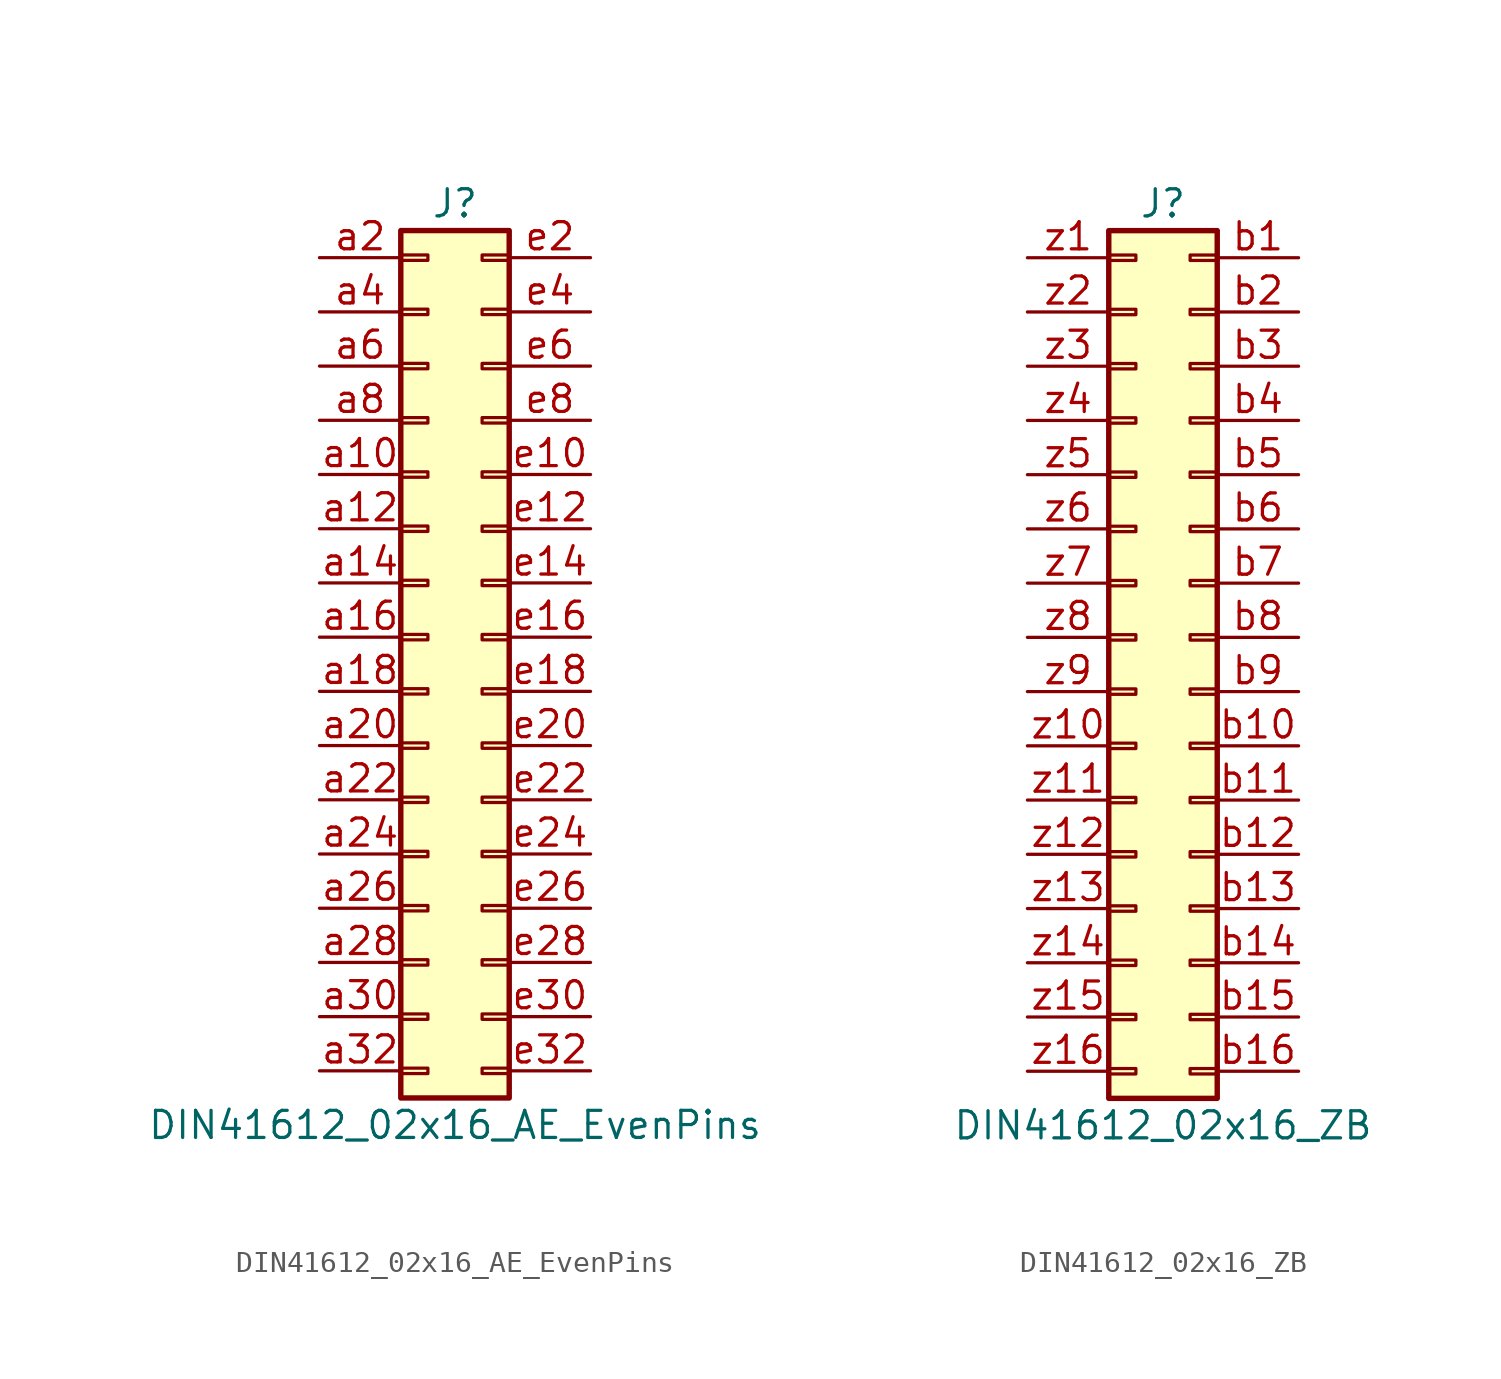
<source format=kicad_sym>
(kicad_symbol_lib
  (version 20241209)
  (generator "kicad_symbol_editor")
  (generator_version "9.0")
  (symbol "DIN41612_02x16_AE_EvenPins"
    (pin_names
      (offset 1.016)
      (hide yes))
    (property "Reference" "J"
      (at 1.27 20.32 0)
      (effects (font (size 1.27 1.27))))
    (property "Value" "DIN41612_02x16_AE_EvenPins"
      (at 1.27 -22.86 0)
      (effects (font (size 1.27 1.27))))
    (symbol "DIN41612_02x16_AE_EvenPins_1_1"
      (rectangle (start -1.27 19.05) (end 3.81 -21.59) (stroke (width 0.254) (type default)) (fill (type background)))
      (rectangle (start -1.27 17.907) (end 0 17.653) (stroke (width 0.152) (type default)) (fill (type none)))
      (rectangle (start -1.27 15.367) (end 0 15.113) (stroke (width 0.152) (type default)) (fill (type none)))
      (rectangle (start -1.27 12.827) (end 0 12.573) (stroke (width 0.152) (type default)) (fill (type none)))
      (rectangle (start -1.27 10.287) (end 0 10.033) (stroke (width 0.152) (type default)) (fill (type none)))
      (rectangle (start -1.27 7.747) (end 0 7.493) (stroke (width 0.152) (type default)) (fill (type none)))
      (rectangle (start -1.27 5.207) (end 0 4.953) (stroke (width 0.152) (type default)) (fill (type none)))
      (rectangle (start -1.27 2.667) (end 0 2.413) (stroke (width 0.152) (type default)) (fill (type none)))
      (rectangle (start -1.27 0.127) (end 0 -0.127) (stroke (width 0.152) (type default)) (fill (type none)))
      (rectangle (start -1.27 -2.413) (end 0 -2.667) (stroke (width 0.152) (type default)) (fill (type none)))
      (rectangle (start -1.27 -4.953) (end 0 -5.207) (stroke (width 0.152) (type default)) (fill (type none)))
      (rectangle (start -1.27 -7.493) (end 0 -7.747) (stroke (width 0.152) (type default)) (fill (type none)))
      (rectangle (start -1.27 -10.033) (end 0 -10.287) (stroke (width 0.152) (type default)) (fill (type none)))
      (rectangle (start -1.27 -12.573) (end 0 -12.827) (stroke (width 0.152) (type default)) (fill (type none)))
      (rectangle (start -1.27 -15.113) (end 0 -15.367) (stroke (width 0.152) (type default)) (fill (type none)))
      (rectangle (start -1.27 -17.653) (end 0 -17.907) (stroke (width 0.152) (type default)) (fill (type none)))
      (rectangle (start -1.27 -20.193) (end 0 -20.447) (stroke (width 0.152) (type default)) (fill (type none)))
      (rectangle (start 3.81 17.907) (end 2.54 17.653) (stroke (width 0.152) (type default)) (fill (type none)))
      (rectangle (start 3.81 15.367) (end 2.54 15.113) (stroke (width 0.152) (type default)) (fill (type none)))
      (rectangle (start 3.81 12.827) (end 2.54 12.573) (stroke (width 0.152) (type default)) (fill (type none)))
      (rectangle (start 3.81 10.287) (end 2.54 10.033) (stroke (width 0.152) (type default)) (fill (type none)))
      (rectangle (start 3.81 7.747) (end 2.54 7.493) (stroke (width 0.152) (type default)) (fill (type none)))
      (rectangle (start 3.81 5.207) (end 2.54 4.953) (stroke (width 0.152) (type default)) (fill (type none)))
      (rectangle (start 3.81 2.667) (end 2.54 2.413) (stroke (width 0.152) (type default)) (fill (type none)))
      (rectangle (start 3.81 0.127) (end 2.54 -0.127) (stroke (width 0.152) (type default)) (fill (type none)))
      (rectangle (start 3.81 -2.413) (end 2.54 -2.667) (stroke (width 0.152) (type default)) (fill (type none)))
      (rectangle (start 3.81 -4.953) (end 2.54 -5.207) (stroke (width 0.152) (type default)) (fill (type none)))
      (rectangle (start 3.81 -7.493) (end 2.54 -7.747) (stroke (width 0.152) (type default)) (fill (type none)))
      (rectangle (start 3.81 -10.033) (end 2.54 -10.287) (stroke (width 0.152) (type default)) (fill (type none)))
      (rectangle (start 3.81 -12.573) (end 2.54 -12.827) (stroke (width 0.152) (type default)) (fill (type none)))
      (rectangle (start 3.81 -15.113) (end 2.54 -15.367) (stroke (width 0.152) (type default)) (fill (type none)))
      (rectangle (start 3.81 -17.653) (end 2.54 -17.907) (stroke (width 0.152) (type default)) (fill (type none)))
      (rectangle (start 3.81 -20.193) (end 2.54 -20.447) (stroke (width 0.152) (type default)) (fill (type none)))
      (pin passive line (at -5.08 17.78 0) (length 3.81) (name "Pin_a2" (effects (font (size 1.27 1.27)))) (number "a2" (effects (font (size 1.27 1.27)))))
      (pin passive line (at -5.08 15.24 0) (length 3.81) (name "Pin_a4" (effects (font (size 1.27 1.27)))) (number "a4" (effects (font (size 1.27 1.27)))))
      (pin passive line (at -5.08 12.7 0) (length 3.81) (name "Pin_a6" (effects (font (size 1.27 1.27)))) (number "a6" (effects (font (size 1.27 1.27)))))
      (pin passive line (at -5.08 10.16 0) (length 3.81) (name "Pin_a8" (effects (font (size 1.27 1.27)))) (number "a8" (effects (font (size 1.27 1.27)))))
      (pin passive line (at -5.08 7.62 0) (length 3.81) (name "Pin_a10" (effects (font (size 1.27 1.27)))) (number "a10" (effects (font (size 1.27 1.27)))))
      (pin passive line (at -5.08 5.08 0) (length 3.81) (name "Pin_a12" (effects (font (size 1.27 1.27)))) (number "a12" (effects (font (size 1.27 1.27)))))
      (pin passive line (at -5.08 2.54 0) (length 3.81) (name "Pin_a14" (effects (font (size 1.27 1.27)))) (number "a14" (effects (font (size 1.27 1.27)))))
      (pin passive line (at -5.08 0 0) (length 3.81) (name "Pin_a16" (effects (font (size 1.27 1.27)))) (number "a16" (effects (font (size 1.27 1.27)))))
      (pin passive line (at -5.08 -2.54 0) (length 3.81) (name "Pin_a18" (effects (font (size 1.27 1.27)))) (number "a18" (effects (font (size 1.27 1.27)))))
      (pin passive line (at -5.08 -5.08 0) (length 3.81) (name "Pin_a20" (effects (font (size 1.27 1.27)))) (number "a20" (effects (font (size 1.27 1.27)))))
      (pin passive line (at -5.08 -7.62 0) (length 3.81) (name "Pin_a22" (effects (font (size 1.27 1.27)))) (number "a22" (effects (font (size 1.27 1.27)))))
      (pin passive line (at -5.08 -10.16 0) (length 3.81) (name "Pin_a24" (effects (font (size 1.27 1.27)))) (number "a24" (effects (font (size 1.27 1.27)))))
      (pin passive line (at -5.08 -12.7 0) (length 3.81) (name "Pin_a26" (effects (font (size 1.27 1.27)))) (number "a26" (effects (font (size 1.27 1.27)))))
      (pin passive line (at -5.08 -15.24 0) (length 3.81) (name "Pin_a28" (effects (font (size 1.27 1.27)))) (number "a28" (effects (font (size 1.27 1.27)))))
      (pin passive line (at -5.08 -17.78 0) (length 3.81) (name "Pin_a30" (effects (font (size 1.27 1.27)))) (number "a30" (effects (font (size 1.27 1.27)))))
      (pin passive line (at -5.08 -20.32 0) (length 3.81) (name "Pin_a32" (effects (font (size 1.27 1.27)))) (number "a32" (effects (font (size 1.27 1.27)))))
      (pin passive line (at 7.62 17.78 180) (length 3.81) (name "Pin_e2" (effects (font (size 1.27 1.27)))) (number "e2" (effects (font (size 1.27 1.27)))))
      (pin passive line (at 7.62 15.24 180) (length 3.81) (name "Pin_e4" (effects (font (size 1.27 1.27)))) (number "e4" (effects (font (size 1.27 1.27)))))
      (pin passive line (at 7.62 12.7 180) (length 3.81) (name "Pin_e6" (effects (font (size 1.27 1.27)))) (number "e6" (effects (font (size 1.27 1.27)))))
      (pin passive line (at 7.62 10.16 180) (length 3.81) (name "Pin_e8" (effects (font (size 1.27 1.27)))) (number "e8" (effects (font (size 1.27 1.27)))))
      (pin passive line (at 7.62 7.62 180) (length 3.81) (name "Pin_e10" (effects (font (size 1.27 1.27)))) (number "e10" (effects (font (size 1.27 1.27)))))
      (pin passive line (at 7.62 5.08 180) (length 3.81) (name "Pin_e12" (effects (font (size 1.27 1.27)))) (number "e12" (effects (font (size 1.27 1.27)))))
      (pin passive line (at 7.62 2.54 180) (length 3.81) (name "Pin_e14" (effects (font (size 1.27 1.27)))) (number "e14" (effects (font (size 1.27 1.27)))))
      (pin passive line (at 7.62 0 180) (length 3.81) (name "Pin_e16" (effects (font (size 1.27 1.27)))) (number "e16" (effects (font (size 1.27 1.27)))))
      (pin passive line (at 7.62 -2.54 180) (length 3.81) (name "Pin_e18" (effects (font (size 1.27 1.27)))) (number "e18" (effects (font (size 1.27 1.27)))))
      (pin passive line (at 7.62 -5.08 180) (length 3.81) (name "Pin_e20" (effects (font (size 1.27 1.27)))) (number "e20" (effects (font (size 1.27 1.27)))))
      (pin passive line (at 7.62 -7.62 180) (length 3.81) (name "Pin_e22" (effects (font (size 1.27 1.27)))) (number "e22" (effects (font (size 1.27 1.27)))))
      (pin passive line (at 7.62 -10.16 180) (length 3.81) (name "Pin_e24" (effects (font (size 1.27 1.27)))) (number "e24" (effects (font (size 1.27 1.27)))))
      (pin passive line (at 7.62 -12.7 180) (length 3.81) (name "Pin_e26" (effects (font (size 1.27 1.27)))) (number "e26" (effects (font (size 1.27 1.27)))))
      (pin passive line (at 7.62 -15.24 180) (length 3.81) (name "Pin_e28" (effects (font (size 1.27 1.27)))) (number "e28" (effects (font (size 1.27 1.27)))))
      (pin passive line (at 7.62 -17.78 180) (length 3.81) (name "Pin_e30" (effects (font (size 1.27 1.27)))) (number "e30" (effects (font (size 1.27 1.27)))))
      (pin passive line (at 7.62 -20.32 180) (length 3.81) (name "Pin_e32" (effects (font (size 1.27 1.27)))) (number "e32" (effects (font (size 1.27 1.27)))))))
  (symbol "DIN41612_02x16_ZB"
    (pin_names
      (offset 1.016)
      (hide yes))
    (property "Reference" "J"
      (at 1.27 20.32 0)
      (effects (font (size 1.27 1.27))))
    (property "Value" "DIN41612_02x16_ZB"
      (at 1.27 -22.86 0)
      (effects (font (size 1.27 1.27))))
    (symbol "DIN41612_02x16_ZB_1_1"
      (rectangle (start -1.27 19.05) (end 3.81 -21.59) (stroke (width 0.254) (type default)) (fill (type background)))
      (rectangle (start -1.27 17.907) (end 0 17.653) (stroke (width 0.152) (type default)) (fill (type none)))
      (rectangle (start -1.27 15.367) (end 0 15.113) (stroke (width 0.152) (type default)) (fill (type none)))
      (rectangle (start -1.27 12.827) (end 0 12.573) (stroke (width 0.152) (type default)) (fill (type none)))
      (rectangle (start -1.27 10.287) (end 0 10.033) (stroke (width 0.152) (type default)) (fill (type none)))
      (rectangle (start -1.27 7.747) (end 0 7.493) (stroke (width 0.152) (type default)) (fill (type none)))
      (rectangle (start -1.27 5.207) (end 0 4.953) (stroke (width 0.152) (type default)) (fill (type none)))
      (rectangle (start -1.27 2.667) (end 0 2.413) (stroke (width 0.152) (type default)) (fill (type none)))
      (rectangle (start -1.27 0.127) (end 0 -0.127) (stroke (width 0.152) (type default)) (fill (type none)))
      (rectangle (start -1.27 -2.413) (end 0 -2.667) (stroke (width 0.152) (type default)) (fill (type none)))
      (rectangle (start -1.27 -4.953) (end 0 -5.207) (stroke (width 0.152) (type default)) (fill (type none)))
      (rectangle (start -1.27 -7.493) (end 0 -7.747) (stroke (width 0.152) (type default)) (fill (type none)))
      (rectangle (start -1.27 -10.033) (end 0 -10.287) (stroke (width 0.152) (type default)) (fill (type none)))
      (rectangle (start -1.27 -12.573) (end 0 -12.827) (stroke (width 0.152) (type default)) (fill (type none)))
      (rectangle (start -1.27 -15.113) (end 0 -15.367) (stroke (width 0.152) (type default)) (fill (type none)))
      (rectangle (start -1.27 -17.653) (end 0 -17.907) (stroke (width 0.152) (type default)) (fill (type none)))
      (rectangle (start -1.27 -20.193) (end 0 -20.447) (stroke (width 0.152) (type default)) (fill (type none)))
      (rectangle (start 3.81 17.907) (end 2.54 17.653) (stroke (width 0.152) (type default)) (fill (type none)))
      (rectangle (start 3.81 15.367) (end 2.54 15.113) (stroke (width 0.152) (type default)) (fill (type none)))
      (rectangle (start 3.81 12.827) (end 2.54 12.573) (stroke (width 0.152) (type default)) (fill (type none)))
      (rectangle (start 3.81 10.287) (end 2.54 10.033) (stroke (width 0.152) (type default)) (fill (type none)))
      (rectangle (start 3.81 7.747) (end 2.54 7.493) (stroke (width 0.152) (type default)) (fill (type none)))
      (rectangle (start 3.81 5.207) (end 2.54 4.953) (stroke (width 0.152) (type default)) (fill (type none)))
      (rectangle (start 3.81 2.667) (end 2.54 2.413) (stroke (width 0.152) (type default)) (fill (type none)))
      (rectangle (start 3.81 0.127) (end 2.54 -0.127) (stroke (width 0.152) (type default)) (fill (type none)))
      (rectangle (start 3.81 -2.413) (end 2.54 -2.667) (stroke (width 0.152) (type default)) (fill (type none)))
      (rectangle (start 3.81 -4.953) (end 2.54 -5.207) (stroke (width 0.152) (type default)) (fill (type none)))
      (rectangle (start 3.81 -7.493) (end 2.54 -7.747) (stroke (width 0.152) (type default)) (fill (type none)))
      (rectangle (start 3.81 -10.033) (end 2.54 -10.287) (stroke (width 0.152) (type default)) (fill (type none)))
      (rectangle (start 3.81 -12.573) (end 2.54 -12.827) (stroke (width 0.152) (type default)) (fill (type none)))
      (rectangle (start 3.81 -15.113) (end 2.54 -15.367) (stroke (width 0.152) (type default)) (fill (type none)))
      (rectangle (start 3.81 -17.653) (end 2.54 -17.907) (stroke (width 0.152) (type default)) (fill (type none)))
      (rectangle (start 3.81 -20.193) (end 2.54 -20.447) (stroke (width 0.152) (type default)) (fill (type none)))
      (pin passive line (at -5.08 17.78 0) (length 3.81) (name "Pin_z1" (effects (font (size 1.27 1.27)))) (number "z1" (effects (font (size 1.27 1.27)))))
      (pin passive line (at -5.08 15.24 0) (length 3.81) (name "Pin_z2" (effects (font (size 1.27 1.27)))) (number "z2" (effects (font (size 1.27 1.27)))))
      (pin passive line (at -5.08 12.7 0) (length 3.81) (name "Pin_z3" (effects (font (size 1.27 1.27)))) (number "z3" (effects (font (size 1.27 1.27)))))
      (pin passive line (at -5.08 10.16 0) (length 3.81) (name "Pin_z4" (effects (font (size 1.27 1.27)))) (number "z4" (effects (font (size 1.27 1.27)))))
      (pin passive line (at -5.08 7.62 0) (length 3.81) (name "Pin_z5" (effects (font (size 1.27 1.27)))) (number "z5" (effects (font (size 1.27 1.27)))))
      (pin passive line (at -5.08 5.08 0) (length 3.81) (name "Pin_z6" (effects (font (size 1.27 1.27)))) (number "z6" (effects (font (size 1.27 1.27)))))
      (pin passive line (at -5.08 2.54 0) (length 3.81) (name "Pin_z7" (effects (font (size 1.27 1.27)))) (number "z7" (effects (font (size 1.27 1.27)))))
      (pin passive line (at -5.08 0 0) (length 3.81) (name "Pin_z8" (effects (font (size 1.27 1.27)))) (number "z8" (effects (font (size 1.27 1.27)))))
      (pin passive line (at -5.08 -2.54 0) (length 3.81) (name "Pin_z9" (effects (font (size 1.27 1.27)))) (number "z9" (effects (font (size 1.27 1.27)))))
      (pin passive line (at -5.08 -5.08 0) (length 3.81) (name "Pin_z10" (effects (font (size 1.27 1.27)))) (number "z10" (effects (font (size 1.27 1.27)))))
      (pin passive line (at -5.08 -7.62 0) (length 3.81) (name "Pin_z11" (effects (font (size 1.27 1.27)))) (number "z11" (effects (font (size 1.27 1.27)))))
      (pin passive line (at -5.08 -10.16 0) (length 3.81) (name "Pin_z12" (effects (font (size 1.27 1.27)))) (number "z12" (effects (font (size 1.27 1.27)))))
      (pin passive line (at -5.08 -12.7 0) (length 3.81) (name "Pin_z13" (effects (font (size 1.27 1.27)))) (number "z13" (effects (font (size 1.27 1.27)))))
      (pin passive line (at -5.08 -15.24 0) (length 3.81) (name "Pin_z14" (effects (font (size 1.27 1.27)))) (number "z14" (effects (font (size 1.27 1.27)))))
      (pin passive line (at -5.08 -17.78 0) (length 3.81) (name "Pin_z15" (effects (font (size 1.27 1.27)))) (number "z15" (effects (font (size 1.27 1.27)))))
      (pin passive line (at -5.08 -20.32 0) (length 3.81) (name "Pin_z16" (effects (font (size 1.27 1.27)))) (number "z16" (effects (font (size 1.27 1.27)))))
      (pin passive line (at 7.62 17.78 180) (length 3.81) (name "Pin_b1" (effects (font (size 1.27 1.27)))) (number "b1" (effects (font (size 1.27 1.27)))))
      (pin passive line (at 7.62 15.24 180) (length 3.81) (name "Pin_b2" (effects (font (size 1.27 1.27)))) (number "b2" (effects (font (size 1.27 1.27)))))
      (pin passive line (at 7.62 12.7 180) (length 3.81) (name "Pin_b3" (effects (font (size 1.27 1.27)))) (number "b3" (effects (font (size 1.27 1.27)))))
      (pin passive line (at 7.62 10.16 180) (length 3.81) (name "Pin_b4" (effects (font (size 1.27 1.27)))) (number "b4" (effects (font (size 1.27 1.27)))))
      (pin passive line (at 7.62 7.62 180) (length 3.81) (name "Pin_b5" (effects (font (size 1.27 1.27)))) (number "b5" (effects (font (size 1.27 1.27)))))
      (pin passive line (at 7.62 5.08 180) (length 3.81) (name "Pin_b6" (effects (font (size 1.27 1.27)))) (number "b6" (effects (font (size 1.27 1.27)))))
      (pin passive line (at 7.62 2.54 180) (length 3.81) (name "Pin_b7" (effects (font (size 1.27 1.27)))) (number "b7" (effects (font (size 1.27 1.27)))))
      (pin passive line (at 7.62 0 180) (length 3.81) (name "Pin_b8" (effects (font (size 1.27 1.27)))) (number "b8" (effects (font (size 1.27 1.27)))))
      (pin passive line (at 7.62 -2.54 180) (length 3.81) (name "Pin_b9" (effects (font (size 1.27 1.27)))) (number "b9" (effects (font (size 1.27 1.27)))))
      (pin passive line (at 7.62 -5.08 180) (length 3.81) (name "Pin_b10" (effects (font (size 1.27 1.27)))) (number "b10" (effects (font (size 1.27 1.27)))))
      (pin passive line (at 7.62 -7.62 180) (length 3.81) (name "Pin_b11" (effects (font (size 1.27 1.27)))) (number "b11" (effects (font (size 1.27 1.27)))))
      (pin passive line (at 7.62 -10.16 180) (length 3.81) (name "Pin_b12" (effects (font (size 1.27 1.27)))) (number "b12" (effects (font (size 1.27 1.27)))))
      (pin passive line (at 7.62 -12.7 180) (length 3.81) (name "Pin_b13" (effects (font (size 1.27 1.27)))) (number "b13" (effects (font (size 1.27 1.27)))))
      (pin passive line (at 7.62 -15.24 180) (length 3.81) (name "Pin_b14" (effects (font (size 1.27 1.27)))) (number "b14" (effects (font (size 1.27 1.27)))))
      (pin passive line (at 7.62 -17.78 180) (length 3.81) (name "Pin_b15" (effects (font (size 1.27 1.27)))) (number "b15" (effects (font (size 1.27 1.27)))))
      (pin passive line (at 7.62 -20.32 180) (length 3.81) (name "Pin_b16" (effects (font (size 1.27 1.27)))) (number "b16" (effects (font (size 1.27 1.27))))))))
</source>
